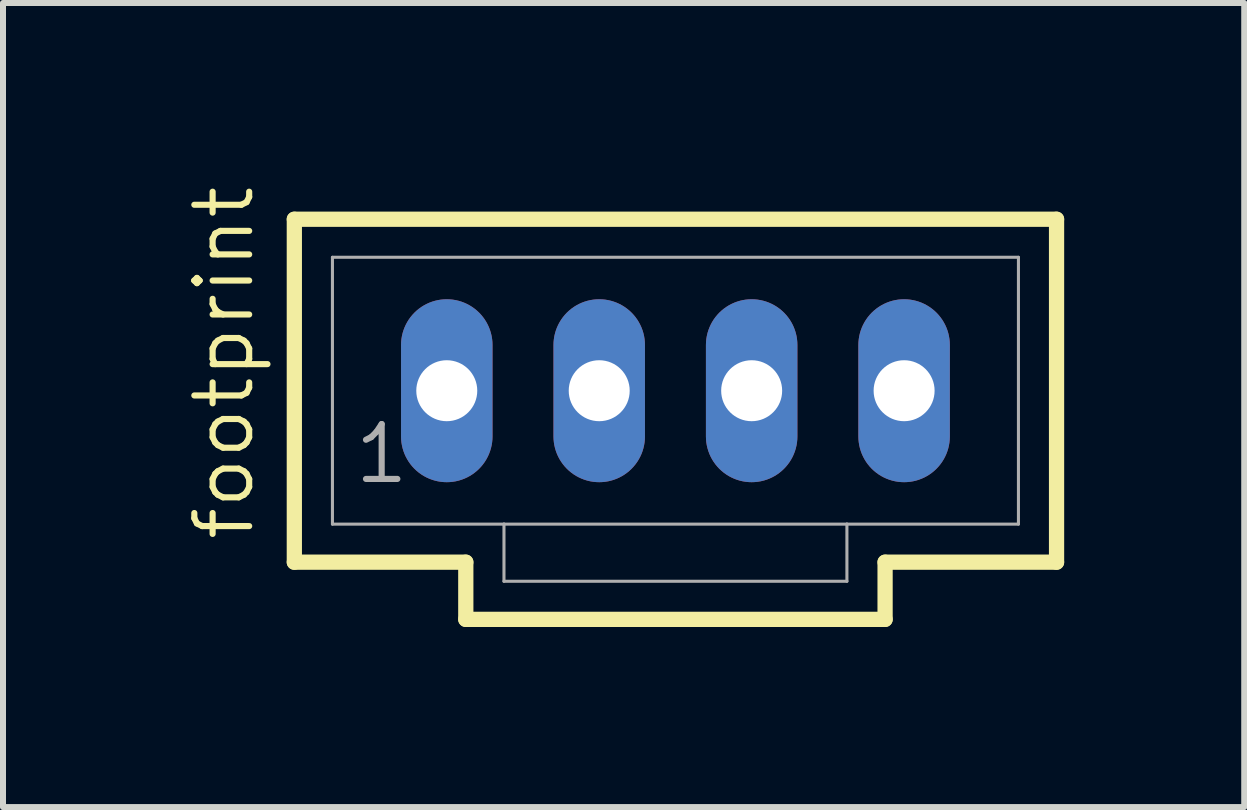
<source format=kicad_pcb>
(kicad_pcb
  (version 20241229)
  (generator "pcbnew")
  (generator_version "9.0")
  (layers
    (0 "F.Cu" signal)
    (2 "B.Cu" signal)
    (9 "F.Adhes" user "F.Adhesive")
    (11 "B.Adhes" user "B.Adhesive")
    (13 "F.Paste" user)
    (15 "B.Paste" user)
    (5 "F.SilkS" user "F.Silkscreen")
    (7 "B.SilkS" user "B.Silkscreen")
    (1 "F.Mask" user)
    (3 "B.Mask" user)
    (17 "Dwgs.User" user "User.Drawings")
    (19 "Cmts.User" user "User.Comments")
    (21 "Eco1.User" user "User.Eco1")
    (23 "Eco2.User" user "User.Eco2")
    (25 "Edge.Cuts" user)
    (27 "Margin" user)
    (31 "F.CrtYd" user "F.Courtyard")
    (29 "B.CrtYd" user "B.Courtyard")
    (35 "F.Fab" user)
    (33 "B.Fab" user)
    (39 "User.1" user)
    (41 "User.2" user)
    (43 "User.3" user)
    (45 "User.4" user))
  (footprint "footprint"
    (layer "F.Cu")
    (at 8.204 3.46)
    (property "Reference" "footprint" (at -6.985 2.54 90) (layer "F.SilkS") (effects (font (size 0.914 0.914) (thickness 0.102)) (justify left bottom)))
    (fp_line (start -6.35 -2.857) (end -6.35 2.857) (stroke (width 0.254) (type solid)) (layer "F.SilkS"))
    (fp_line (start -6.35 2.857) (end -3.493 2.857) (stroke (width 0.254) (type solid)) (layer "F.SilkS"))
    (fp_line (start -3.493 2.857) (end -3.493 3.81) (stroke (width 0.254) (type solid)) (layer "F.SilkS"))
    (fp_line (start -3.493 3.81) (end 3.493 3.81) (stroke (width 0.254) (type solid)) (layer "F.SilkS"))
    (fp_line (start 3.493 2.857) (end 6.35 2.857) (stroke (width 0.254) (type solid)) (layer "F.SilkS"))
    (fp_line (start 3.493 3.81) (end 3.493 2.857) (stroke (width 0.254) (type solid)) (layer "F.SilkS"))
    (fp_line (start 6.35 -2.857) (end -6.35 -2.857) (stroke (width 0.254) (type solid)) (layer "F.SilkS"))
    (fp_line (start 6.35 2.857) (end 6.35 -2.857) (stroke (width 0.254) (type solid)) (layer "F.SilkS"))
    (fp_line (start -5.715 -2.223) (end -5.715 2.223) (stroke (width 0.051) (type solid)) (layer "F.Fab"))
    (fp_line (start -5.715 -2.223) (end 5.715 -2.223) (stroke (width 0.051) (type solid)) (layer "F.Fab"))
    (fp_line (start -5.715 2.223) (end -2.857 2.223) (stroke (width 0.051) (type solid)) (layer "F.Fab"))
    (fp_line (start -2.857 2.223) (end -2.857 3.175) (stroke (width 0.051) (type solid)) (layer "F.Fab"))
    (fp_line (start -2.857 2.223) (end 2.857 2.223) (stroke (width 0.051) (type solid)) (layer "F.Fab"))
    (fp_line (start 2.857 2.223) (end 2.857 3.175) (stroke (width 0.051) (type solid)) (layer "F.Fab"))
    (fp_line (start 2.857 2.223) (end 5.715 2.223) (stroke (width 0.051) (type solid)) (layer "F.Fab"))
    (fp_line (start 2.857 3.175) (end -2.857 3.175) (stroke (width 0.051) (type solid)) (layer "F.Fab"))
    (fp_line (start 5.715 -2.223) (end 5.715 2.223) (stroke (width 0.051) (type solid)) (layer "F.Fab"))
    (fp_poly (pts (xy -4.048 0.238) (xy -3.572 0.238) (xy -3.572 -0.238) (xy -4.048 -0.238)) (stroke (width 0.1) (type solid)) (fill no) (layer "F.Fab"))
    (fp_poly (pts (xy -1.508 0.238) (xy -1.032 0.238) (xy -1.032 -0.238) (xy -1.508 -0.238)) (stroke (width 0.1) (type solid)) (fill no) (layer "F.Fab"))
    (fp_poly (pts (xy 1.032 0.238) (xy 1.508 0.238) (xy 1.508 -0.238) (xy 1.032 -0.238)) (stroke (width 0.1) (type solid)) (fill no) (layer "F.Fab"))
    (fp_poly (pts (xy 3.572 0.238) (xy 4.048 0.238) (xy 4.048 -0.238) (xy 3.572 -0.238)) (stroke (width 0.1) (type solid)) (fill no) (layer "F.Fab"))
    (fp_text user "1" (at -5.397 1.587 0) (layer "F.Fab") (effects (font (size 0.914 0.914) (thickness 0.102)) (justify left bottom)))
    (pad "1" thru_hole oval (at -3.81 0 90) (size 3.048 1.524) (drill 1.016) (layers "*.Cu" "*.Mask"))
    (pad "2" thru_hole oval (at -1.27 0 90) (size 3.048 1.524) (drill 1.016) (layers "*.Cu" "*.Mask"))
    (pad "3" thru_hole oval (at 1.27 0 90) (size 3.048 1.524) (drill 1.016) (layers "*.Cu" "*.Mask"))
    (pad "4" thru_hole oval (at 3.81 0 90) (size 3.048 1.524) (drill 1.016) (layers "*.Cu" "*.Mask")))
  (gr_rect
    (start -3 -3)
    (end 17.681 10.397)
    (stroke (width 0.1) (type default))
    (fill no)
    (layer "Edge.Cuts")))
</source>
